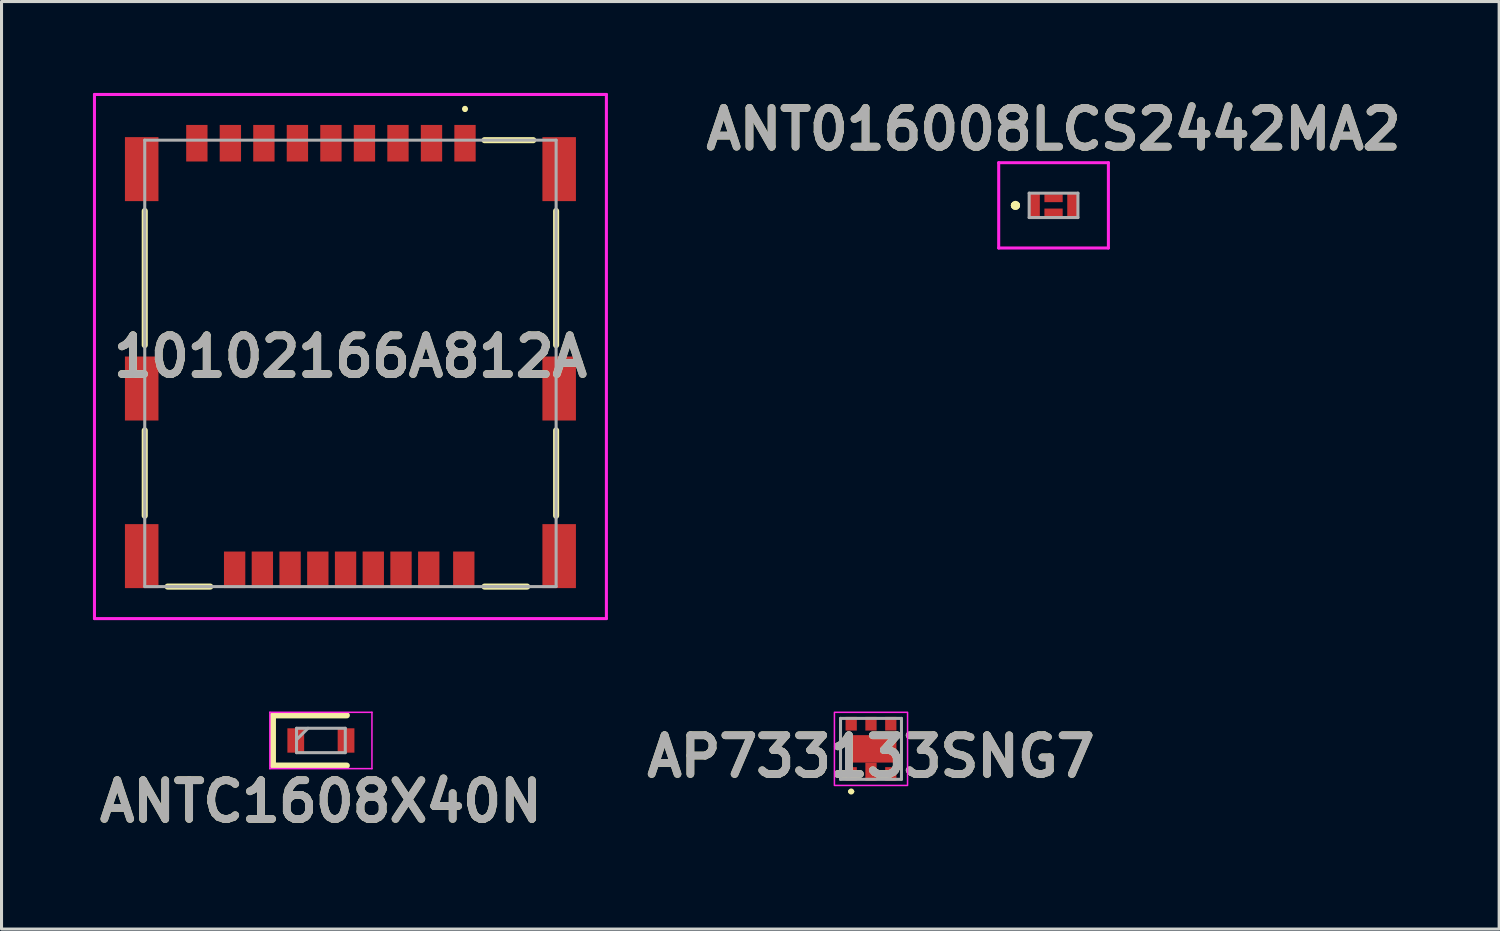
<source format=kicad_pcb>
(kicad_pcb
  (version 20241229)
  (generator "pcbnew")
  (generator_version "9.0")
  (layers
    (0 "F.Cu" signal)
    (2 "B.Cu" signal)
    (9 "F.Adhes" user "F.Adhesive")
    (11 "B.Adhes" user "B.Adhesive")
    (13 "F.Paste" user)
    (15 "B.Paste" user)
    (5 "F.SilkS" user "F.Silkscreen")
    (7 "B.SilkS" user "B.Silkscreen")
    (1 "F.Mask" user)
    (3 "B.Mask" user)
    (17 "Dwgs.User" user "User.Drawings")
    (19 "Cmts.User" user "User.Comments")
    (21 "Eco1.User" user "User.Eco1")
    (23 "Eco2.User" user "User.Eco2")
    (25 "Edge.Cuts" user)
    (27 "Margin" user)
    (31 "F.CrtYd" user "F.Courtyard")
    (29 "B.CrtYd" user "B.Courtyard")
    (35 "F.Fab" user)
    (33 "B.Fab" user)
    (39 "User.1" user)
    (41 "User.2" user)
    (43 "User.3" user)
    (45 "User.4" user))
  (footprint "ANTC1608X40N"
    (layer "F.Cu")
    (at 7.481 21.25)
    (property "Reference" "ANTC1608X40N" (at 0 2 0) (layer "F.SilkS") (effects (font (size 1.27 1.27) (thickness 0.254))))
    (attr smd)
    (fp_line (start -1.575 -0.825) (end -1.575 0.825) (stroke (width 0.2) (type solid)) (layer "F.SilkS"))
    (fp_line (start -1.575 0.825) (end 0.85 0.825) (stroke (width 0.2) (type solid)) (layer "F.SilkS"))
    (fp_line (start 0.85 -0.825) (end -1.575 -0.825) (stroke (width 0.2) (type solid)) (layer "F.SilkS"))
    (fp_line (start -1.675 -0.925) (end 1.675 -0.925) (stroke (width 0.05) (type solid)) (layer "F.CrtYd"))
    (fp_line (start -1.675 0.925) (end -1.675 -0.925) (stroke (width 0.05) (type solid)) (layer "F.CrtYd"))
    (fp_line (start 1.675 -0.925) (end 1.675 0.925) (stroke (width 0.05) (type solid)) (layer "F.CrtYd"))
    (fp_line (start 1.675 0.925) (end -1.675 0.925) (stroke (width 0.05) (type solid)) (layer "F.CrtYd"))
    (fp_line (start -0.8 -0.4) (end 0.8 -0.4) (stroke (width 0.1) (type solid)) (layer "F.Fab"))
    (fp_line (start -0.8 -0.025) (end -0.425 -0.4) (stroke (width 0.1) (type solid)) (layer "F.Fab"))
    (fp_line (start -0.8 0.4) (end -0.8 -0.4) (stroke (width 0.1) (type solid)) (layer "F.Fab"))
    (fp_line (start 0.8 -0.4) (end 0.8 0.4) (stroke (width 0.1) (type solid)) (layer "F.Fab"))
    (fp_line (start 0.8 0.4) (end -0.8 0.4) (stroke (width 0.1) (type solid)) (layer "F.Fab"))
    (fp_text user "${REFERENCE}" (at 0 2 0) (layer "F.Fab") (effects (font (size 1.27 1.27) (thickness 0.254))))
    (pad "1" smd rect (at -0.825 0) (size 0.55 0.8) (layers "F.Cu" "F.Mask" "F.Paste"))
    (pad "2" smd rect (at 0.825 0) (size 0.55 0.8) (layers "F.Cu" "F.Mask" "F.Paste")))
  (footprint "ANT016008LCS2442MA2"
    (layer "F.Cu")
    (at 31.524 3.689)
    (property "Reference" "ANT016008LCS2442MA2" (at 0 -2.5 0) (layer "F.SilkS") (effects (font (size 1.27 1.27) (thickness 0.254))))
    (attr smd)
    (fp_line (start -1.3 0) (end -1.3 0) (stroke (width 0.2) (type solid)) (layer "F.SilkS"))
    (fp_line (start -1.3 0) (end -1.3 0) (stroke (width 0.2) (type solid)) (layer "F.SilkS"))
    (fp_line (start -1.2 0) (end -1.2 0) (stroke (width 0.2) (type solid)) (layer "F.SilkS"))
    (fp_arc (start -1.3 0) (mid -1.25 -0.05) (end -1.2 0) (stroke (width 0.2) (type solid)) (layer "F.SilkS"))
    (fp_arc (start -1.2 0) (mid -1.25 0.05) (end -1.3 0) (stroke (width 0.2) (type solid)) (layer "F.SilkS"))
    (fp_arc (start -1.2 0) (mid -1.25 0.05) (end -1.3 0) (stroke (width 0.2) (type solid)) (layer "F.SilkS"))
    (fp_line (start -1.8 -1.4) (end 1.8 -1.4) (stroke (width 0.1) (type solid)) (layer "F.CrtYd"))
    (fp_line (start -1.8 1.4) (end -1.8 -1.4) (stroke (width 0.1) (type solid)) (layer "F.CrtYd"))
    (fp_line (start 1.8 -1.4) (end 1.8 1.4) (stroke (width 0.1) (type solid)) (layer "F.CrtYd"))
    (fp_line (start 1.8 1.4) (end -1.8 1.4) (stroke (width 0.1) (type solid)) (layer "F.CrtYd"))
    (fp_line (start -0.8 -0.4) (end -0.8 0.4) (stroke (width 0.1) (type solid)) (layer "F.Fab"))
    (fp_line (start -0.8 0.4) (end 0.8 0.4) (stroke (width 0.1) (type solid)) (layer "F.Fab"))
    (fp_line (start 0.8 -0.4) (end -0.8 -0.4) (stroke (width 0.1) (type solid)) (layer "F.Fab"))
    (fp_line (start 0.8 0.4) (end 0.8 -0.4) (stroke (width 0.1) (type solid)) (layer "F.Fab"))
    (fp_text user "${REFERENCE}" (at 0 -2.5 0) (layer "F.Fab") (effects (font (size 1.27 1.27) (thickness 0.254))))
    (pad "1" smd rect (at -0.625 0) (size 0.35 0.8) (layers "F.Cu" "F.Mask" "F.Paste"))
    (pad "2" smd rect (at 0 0.235 90) (size 0.26 0.6) (layers "F.Cu" "F.Mask" "F.Paste"))
    (pad "4" smd rect (at 0.625 0) (size 0.35 0.8) (layers "F.Cu" "F.Mask" "F.Paste"))
    (pad "6" smd rect (at 0 -0.235 90) (size 0.26 0.6) (layers "F.Cu" "F.Mask" "F.Paste")))
  (footprint "10102166A812A"
    (layer "F.Cu")
    (at 8.45 8.875)
    (property "Reference" "10102166A812A" (at 0 -0.225 0) (layer "F.SilkS") (effects (font (size 1.27 1.27) (thickness 0.254))))
    (attr smd)
    (fp_line (start -6.75 -0.6) (end -6.75 -5) (stroke (width 0.2) (type solid)) (layer "F.SilkS"))
    (fp_line (start -6.75 2.2) (end -6.75 5) (stroke (width 0.2) (type solid)) (layer "F.SilkS"))
    (fp_line (start -6 7.325) (end -4.6 7.325) (stroke (width 0.2) (type solid)) (layer "F.SilkS"))
    (fp_line (start 3.76 -8.4) (end 3.76 -8.4) (stroke (width 0.1) (type solid)) (layer "F.SilkS"))
    (fp_line (start 3.76 -8.3) (end 3.76 -8.3) (stroke (width 0.1) (type solid)) (layer "F.SilkS"))
    (fp_line (start 4.4 -7.325) (end 6 -7.325) (stroke (width 0.2) (type solid)) (layer "F.SilkS"))
    (fp_line (start 4.4 7.325) (end 5.8 7.325) (stroke (width 0.2) (type solid)) (layer "F.SilkS"))
    (fp_line (start 6.75 -0.6) (end 6.75 -5) (stroke (width 0.2) (type solid)) (layer "F.SilkS"))
    (fp_line (start 6.75 5) (end 6.75 2.2) (stroke (width 0.2) (type solid)) (layer "F.SilkS"))
    (fp_arc (start 3.76 -8.4) (mid 3.81 -8.35) (end 3.76 -8.3) (stroke (width 0.1) (type solid)) (layer "F.SilkS"))
    (fp_arc (start 3.76 -8.3) (mid 3.71 -8.35) (end 3.76 -8.4) (stroke (width 0.1) (type solid)) (layer "F.SilkS"))
    (fp_line (start -8.4 -8.825) (end 8.4 -8.825) (stroke (width 0.1) (type solid)) (layer "F.CrtYd"))
    (fp_line (start -8.4 8.375) (end -8.4 -8.825) (stroke (width 0.1) (type solid)) (layer "F.CrtYd"))
    (fp_line (start 8.4 -8.825) (end 8.4 8.375) (stroke (width 0.1) (type solid)) (layer "F.CrtYd"))
    (fp_line (start 8.4 8.375) (end -8.4 8.375) (stroke (width 0.1) (type solid)) (layer "F.CrtYd"))
    (fp_line (start -6.75 -7.325) (end -6.75 7.325) (stroke (width 0.1) (type solid)) (layer "F.Fab"))
    (fp_line (start -6.75 7.325) (end 6.75 7.325) (stroke (width 0.1) (type solid)) (layer "F.Fab"))
    (fp_line (start 6.75 -7.325) (end -6.75 -7.325) (stroke (width 0.1) (type solid)) (layer "F.Fab"))
    (fp_line (start 6.75 7.325) (end 6.75 -7.325) (stroke (width 0.1) (type solid)) (layer "F.Fab"))
    (fp_text user "${REFERENCE}" (at 0 -0.225 0) (layer "F.Fab") (effects (font (size 1.27 1.27) (thickness 0.254))))
    (pad "1" smd rect (at 3.76 -7.225) (size 0.7 1.2) (layers "F.Cu" "F.Mask" "F.Paste"))
    (pad "2" smd rect (at 2.66 -7.225) (size 0.7 1.2) (layers "F.Cu" "F.Mask" "F.Paste"))
    (pad "3" smd rect (at 1.56 -7.225) (size 0.7 1.2) (layers "F.Cu" "F.Mask" "F.Paste"))
    (pad "4" smd rect (at 0.46 -7.225) (size 0.7 1.2) (layers "F.Cu" "F.Mask" "F.Paste"))
    (pad "5" smd rect (at -0.64 -7.225) (size 0.7 1.2) (layers "F.Cu" "F.Mask" "F.Paste"))
    (pad "6" smd rect (at -1.74 -7.225) (size 0.7 1.2) (layers "F.Cu" "F.Mask" "F.Paste"))
    (pad "7" smd rect (at -2.84 -7.225) (size 0.7 1.2) (layers "F.Cu" "F.Mask" "F.Paste"))
    (pad "8" smd rect (at -3.94 -7.225) (size 0.7 1.2) (layers "F.Cu" "F.Mask" "F.Paste"))
    (pad "9" smd rect (at 3.72 6.775) (size 0.7 1.2) (layers "F.Cu" "F.Mask" "F.Paste"))
    (pad "10" smd rect (at 1.66 6.775) (size 0.7 1.2) (layers "F.Cu" "F.Mask" "F.Paste"))
    (pad "11" smd rect (at 0.75 6.775) (size 0.7 1.2) (layers "F.Cu" "F.Mask" "F.Paste"))
    (pad "12" smd rect (at -0.16 6.775) (size 0.7 1.2) (layers "F.Cu" "F.Mask" "F.Paste"))
    (pad "13" smd rect (at -1.07 6.775) (size 0.7 1.2) (layers "F.Cu" "F.Mask" "F.Paste"))
    (pad "14" smd rect (at -1.98 6.775) (size 0.7 1.2) (layers "F.Cu" "F.Mask" "F.Paste"))
    (pad "15" smd rect (at -2.89 6.775) (size 0.7 1.2) (layers "F.Cu" "F.Mask" "F.Paste"))
    (pad "16" smd rect (at -3.8 6.775) (size 0.7 1.2) (layers "F.Cu" "F.Mask" "F.Paste"))
    (pad "17" smd rect (at 2.57 6.775) (size 0.7 1.2) (layers "F.Cu" "F.Mask" "F.Paste"))
    (pad "DE1" smd rect (at -5.04 -7.225) (size 0.7 1.2) (layers "F.Cu" "F.Mask" "F.Paste"))
    (pad "S1" smd rect (at -6.85 6.325) (size 1.1 2.1) (layers "F.Cu" "F.Mask" "F.Paste"))
    (pad "S2" smd rect (at -6.85 0.825) (size 1.1 2.1) (layers "F.Cu" "F.Mask" "F.Paste"))
    (pad "S3" smd rect (at -6.85 -6.375) (size 1.1 2.1) (layers "F.Cu" "F.Mask" "F.Paste"))
    (pad "S4" smd rect (at 6.85 -6.375) (size 1.1 2.1) (layers "F.Cu" "F.Mask" "F.Paste"))
    (pad "S5" smd rect (at 6.85 0.825) (size 1.1 2.1) (layers "F.Cu" "F.Mask" "F.Paste"))
    (pad "S6" smd rect (at 6.85 6.325) (size 1.1 2.1) (layers "F.Cu" "F.Mask" "F.Paste")))
  (footprint "AP733133SNG7"
    (layer "F.Cu")
    (at 25.533 21.525)
    (property "Reference" "AP733133SNG7" (at 0 0.25 0) (layer "F.SilkS") (effects (font (size 1.27 1.27) (thickness 0.254))))
    (attr smd)
    (fp_line (start -0.7 1.4) (end -0.7 1.4) (stroke (width 0.1) (type solid)) (layer "F.SilkS"))
    (fp_line (start -0.6 1.4) (end -0.6 1.4) (stroke (width 0.1) (type solid)) (layer "F.SilkS"))
    (fp_arc (start -0.7 1.4) (mid -0.65 1.35) (end -0.6 1.4) (stroke (width 0.1) (type solid)) (layer "F.SilkS"))
    (fp_arc (start -0.6 1.4) (mid -0.65 1.45) (end -0.7 1.4) (stroke (width 0.1) (type solid)) (layer "F.SilkS"))
    (fp_rect (start -1.2 -1.2) (end 1.2 1.2) (stroke (width 0.05) (type default)) (fill no) (layer "F.CrtYd"))
    (fp_line (start -1 -1) (end 1 -1) (stroke (width 0.1) (type solid)) (layer "F.Fab"))
    (fp_line (start -1 1) (end -1 -1) (stroke (width 0.1) (type solid)) (layer "F.Fab"))
    (fp_line (start 1 -1) (end 1 1) (stroke (width 0.1) (type solid)) (layer "F.Fab"))
    (fp_line (start 1 1) (end -1 1) (stroke (width 0.1) (type solid)) (layer "F.Fab"))
    (fp_text user "${REFERENCE}" (at 0 0.25 0) (layer "F.Fab") (effects (font (size 1.27 1.27) (thickness 0.254))))
    (pad "1" smd rect (at -0.65 0.825) (size 0.37 0.45) (layers "F.Cu" "F.Mask" "F.Paste"))
    (pad "2" smd rect (at 0 0.75) (size 0.37 0.6) (layers "F.Cu" "F.Mask" "F.Paste"))
    (pad "3" smd rect (at 0.65 0.825) (size 0.37 0.45) (layers "F.Cu" "F.Mask" "F.Paste"))
    (pad "4" smd rect (at 0.65 -0.825) (size 0.37 0.45) (layers "F.Cu" "F.Mask" "F.Paste"))
    (pad "5" smd rect (at 0 -0.825) (size 0.37 0.45) (layers "F.Cu" "F.Mask" "F.Paste"))
    (pad "6" smd rect (at -0.65 -0.825) (size 0.37 0.45) (layers "F.Cu" "F.Mask" "F.Paste"))
    (pad "7" smd rect (at 0 0 90) (size 0.9 1.67) (layers "F.Cu" "F.Mask" "F.Paste")))
  (gr_rect
    (start -3 -3)
    (end 46.147 27.439)
    (stroke (width 0.1) (type default))
    (fill no)
    (layer "Edge.Cuts")))
</source>
